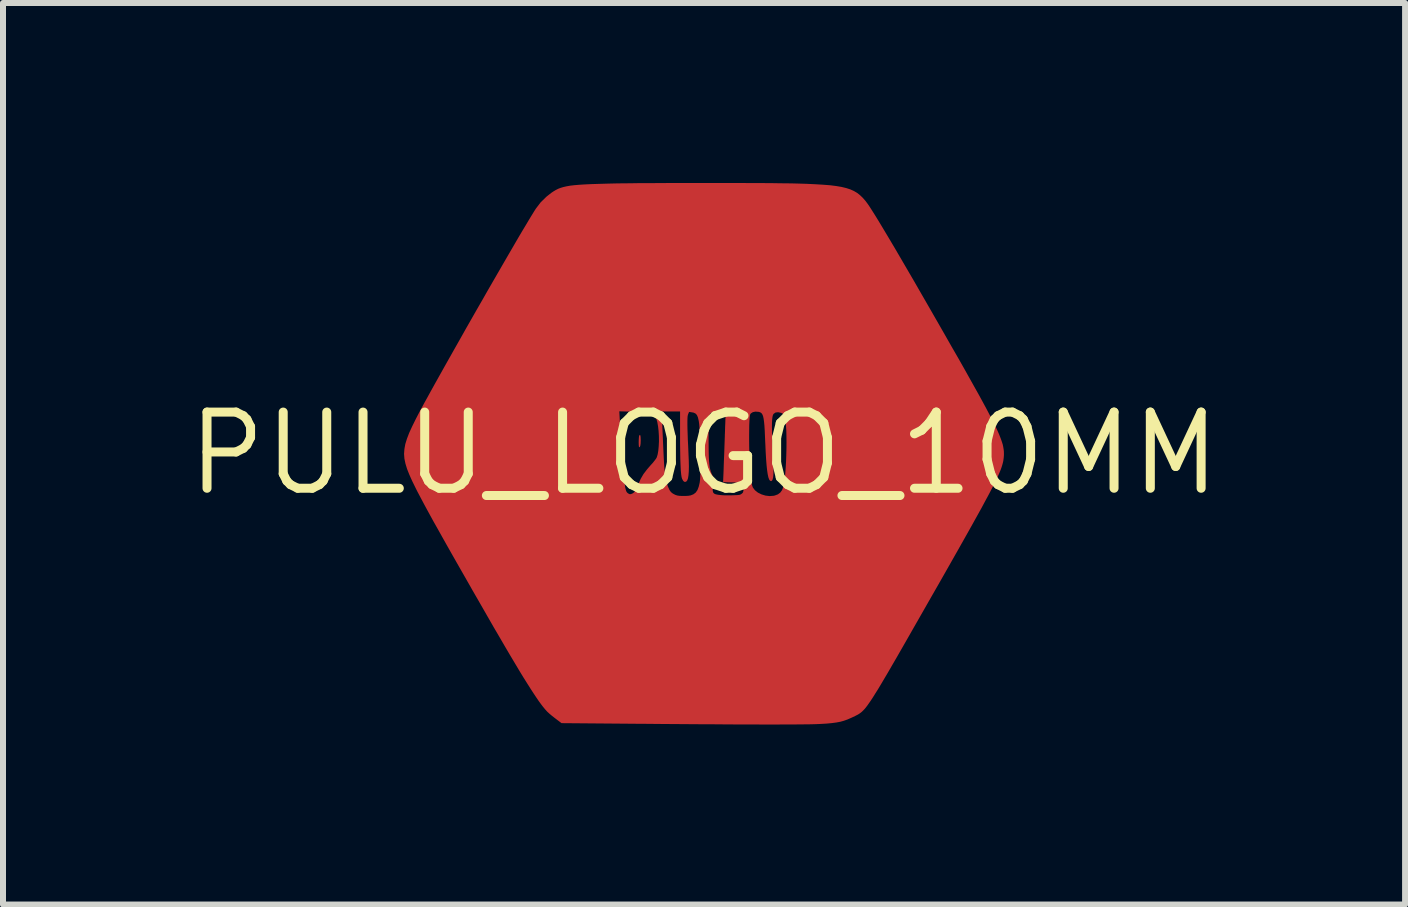
<source format=kicad_pcb>
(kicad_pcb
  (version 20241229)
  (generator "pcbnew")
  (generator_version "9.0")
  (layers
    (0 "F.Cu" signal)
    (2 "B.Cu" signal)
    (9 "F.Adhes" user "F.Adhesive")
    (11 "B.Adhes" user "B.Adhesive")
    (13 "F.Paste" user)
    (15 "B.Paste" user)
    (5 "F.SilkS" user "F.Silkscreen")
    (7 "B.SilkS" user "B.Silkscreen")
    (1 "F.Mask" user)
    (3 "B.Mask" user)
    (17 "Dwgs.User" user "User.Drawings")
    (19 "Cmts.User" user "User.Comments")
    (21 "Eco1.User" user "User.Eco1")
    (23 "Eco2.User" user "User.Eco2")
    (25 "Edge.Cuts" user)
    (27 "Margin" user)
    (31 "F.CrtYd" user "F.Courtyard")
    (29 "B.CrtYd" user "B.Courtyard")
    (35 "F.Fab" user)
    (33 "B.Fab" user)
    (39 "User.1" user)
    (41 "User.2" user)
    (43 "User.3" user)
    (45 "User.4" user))
  (footprint "PULU_LOGO_10MM"
    (layer "F.Cu")
    (at 8.686 4.509)
    (property "Reference" "PULU_LOGO_10MM" (at 0 0 0) (layer "F.SilkS") (effects (font (size 1.27 1.27) (thickness 0.15))))
    (attr board_only exclude_from_pos_files exclude_from_bom)
    (fp_poly (pts (xy -1.062 -0.301) (xy -1.058 -0.274) (xy -1.056 -0.227) (xy -1.056 -0.216) (xy -1.058 -0.167) (xy -1.063 -0.13) (xy -1.071 -0.109) (xy -1.08 -0.104) (xy -1.083 -0.106) (xy -1.087 -0.12) (xy -1.089 -0.148) (xy -1.09 -0.184) (xy -1.089 -0.223) (xy -1.087 -0.26) (xy -1.084 -0.287) (xy -1.08 -0.3) (xy -1.07 -0.31)) (stroke (width 0) (type solid)) (fill yes) (layer "F.Cu"))
    (fp_poly (pts (xy 0.209 -4.509) (xy 0.38 -4.509) (xy 0.548 -4.509) (xy 0.71 -4.508) (xy 0.864 -4.507) (xy 1.009 -4.507) (xy 1.143 -4.506) (xy 1.264 -4.504) (xy 1.37 -4.503) (xy 1.46 -4.502) (xy 1.533 -4.5) (xy 1.539 -4.5) (xy 1.706 -4.495) (xy 1.854 -4.488) (xy 1.985 -4.48) (xy 2.101 -4.471) (xy 2.203 -4.458) (xy 2.292 -4.443) (xy 2.37 -4.424) (xy 2.438 -4.402) (xy 2.498 -4.375) (xy 2.552 -4.343) (xy 2.6 -4.305) (xy 2.645 -4.262) (xy 2.688 -4.213) (xy 2.73 -4.157) (xy 2.765 -4.105) (xy 2.809 -4.036) (xy 2.863 -3.95) (xy 2.926 -3.847) (xy 2.998 -3.727) (xy 3.08 -3.59) (xy 3.172 -3.435) (xy 3.272 -3.264) (xy 3.381 -3.077) (xy 3.5 -2.873) (xy 3.627 -2.652) (xy 3.763 -2.416) (xy 3.887 -2.2) (xy 4.013 -1.98) (xy 4.129 -1.776) (xy 4.237 -1.589) (xy 4.335 -1.416) (xy 4.424 -1.257) (xy 4.505 -1.112) (xy 4.579 -0.98) (xy 4.645 -0.859) (xy 4.704 -0.75) (xy 4.756 -0.651) (xy 4.802 -0.562) (xy 4.842 -0.482) (xy 4.877 -0.41) (xy 4.906 -0.346) (xy 4.93 -0.288) (xy 4.95 -0.236) (xy 4.966 -0.189) (xy 4.979 -0.147) (xy 4.987 -0.108) (xy 4.993 -0.072) (xy 4.997 -0.038) (xy 4.998 -0.005) (xy 4.998 0.026) (xy 4.997 0.041) (xy 4.995 0.069) (xy 4.991 0.098) (xy 4.987 0.127) (xy 4.98 0.157) (xy 4.971 0.19) (xy 4.96 0.226) (xy 4.946 0.266) (xy 4.928 0.31) (xy 4.907 0.359) (xy 4.882 0.414) (xy 4.852 0.475) (xy 4.818 0.544) (xy 4.779 0.62) (xy 4.734 0.705) (xy 4.683 0.799) (xy 4.627 0.904) (xy 4.563 1.019) (xy 4.493 1.145) (xy 4.416 1.283) (xy 4.331 1.434) (xy 4.238 1.599) (xy 4.137 1.777) (xy 4.027 1.971) (xy 3.908 2.18) (xy 3.779 2.405) (xy 3.702 2.54) (xy 3.585 2.745) (xy 3.478 2.932) (xy 3.38 3.104) (xy 3.29 3.261) (xy 3.208 3.404) (xy 3.133 3.533) (xy 3.066 3.649) (xy 3.005 3.752) (xy 2.95 3.845) (xy 2.901 3.927) (xy 2.856 3.998) (xy 2.817 4.061) (xy 2.781 4.116) (xy 2.749 4.162) (xy 2.721 4.202) (xy 2.695 4.236) (xy 2.671 4.264) (xy 2.649 4.287) (xy 2.628 4.307) (xy 2.608 4.323) (xy 2.588 4.337) (xy 2.568 4.35) (xy 2.547 4.361) (xy 2.525 4.372) (xy 2.52 4.375) (xy 2.452 4.407) (xy 2.39 4.434) (xy 2.331 4.455) (xy 2.27 4.472) (xy 2.205 4.484) (xy 2.131 4.494) (xy 2.046 4.502) (xy 1.946 4.508) (xy 1.905 4.51) (xy 1.851 4.512) (xy 1.78 4.514) (xy 1.694 4.515) (xy 1.592 4.516) (xy 1.473 4.517) (xy 1.337 4.517) (xy 1.185 4.518) (xy 1.014 4.518) (xy 0.826 4.517) (xy 0.621 4.517) (xy 0.396 4.516) (xy 0.154 4.514) (xy -0.108 4.513) (xy -0.388 4.511) (xy -0.688 4.509) (xy -1.008 4.506) (xy -1.055 4.506) (xy -2.376 4.495) (xy -2.475 4.42) (xy -2.533 4.375) (xy -2.578 4.337) (xy -2.616 4.302) (xy -2.651 4.263) (xy -2.688 4.218) (xy -2.719 4.177) (xy -2.757 4.125) (xy -2.798 4.065) (xy -2.843 3.997) (xy -2.893 3.92) (xy -2.948 3.833) (xy -3.009 3.736) (xy -3.075 3.628) (xy -3.147 3.507) (xy -3.226 3.375) (xy -3.312 3.229) (xy -3.405 3.069) (xy -3.507 2.895) (xy -3.616 2.705) (xy -3.734 2.499) (xy -3.862 2.277) (xy -3.897 2.215) (xy -4.01 2.017) (xy -4.114 1.835) (xy -4.209 1.668) (xy -4.295 1.516) (xy -4.373 1.377) (xy -4.444 1.25) (xy -4.509 1.135) (xy -4.566 1.031) (xy -4.618 0.936) (xy -4.665 0.849) (xy -4.707 0.77) (xy -4.745 0.698) (xy -4.78 0.632) (xy -4.806 0.58) (xy -4.865 0.46) (xy -4.913 0.353) (xy -4.951 0.257) (xy -4.978 0.168) (xy -4.995 0.086) (xy -5.001 0.006) (xy -4.995 -0.074) (xy -4.98 -0.157) (xy -4.953 -0.245) (xy -4.916 -0.342) (xy -4.867 -0.449) (xy -4.808 -0.569) (xy -4.793 -0.598) (xy -4.761 -0.66) (xy -4.738 -0.703) (xy -1.413 -0.703) (xy -1.406 -0.569) (xy -1.398 -0.423) (xy -1.387 -0.262) (xy -1.375 -0.09) (xy -1.361 0.088) (xy -1.346 0.268) (xy -1.344 0.29) (xy -1.336 0.383) (xy -1.328 0.458) (xy -1.322 0.518) (xy -1.315 0.564) (xy -1.307 0.598) (xy -1.299 0.624) (xy -1.29 0.642) (xy -1.278 0.656) (xy -1.266 0.665) (xy -1.243 0.678) (xy -1.219 0.677) (xy -1.19 0.665) (xy -1.167 0.648) (xy -1.145 0.621) (xy -1.123 0.581) (xy -1.1 0.525) (xy -1.092 0.503) (xy -1.056 0.422) (xy -1.01 0.343) (xy -0.949 0.263) (xy -0.891 0.196) (xy -0.856 0.158) (xy -0.825 0.119) (xy -0.801 0.087) (xy -0.789 0.066) (xy -0.774 0.017) (xy -0.763 -0.047) (xy -0.756 -0.122) (xy -0.752 -0.204) (xy -0.753 -0.289) (xy -0.758 -0.373) (xy -0.767 -0.452) (xy -0.779 -0.521) (xy -0.795 -0.577) (xy -0.805 -0.6) (xy -0.823 -0.625) (xy -0.851 -0.646) (xy -0.89 -0.662) (xy -0.942 -0.675) (xy -1.009 -0.685) (xy -1.091 -0.692) (xy -1.192 -0.697) (xy -1.209 -0.697) (xy -1.312 -0.7) (xy -0.7 -0.7) (xy -0.7 -0.627) (xy -0.699 -0.587) (xy -0.698 -0.531) (xy -0.696 -0.462) (xy -0.693 -0.383) (xy -0.689 -0.298) (xy -0.685 -0.208) (xy -0.681 -0.117) (xy -0.677 -0.029) (xy -0.673 0.054) (xy -0.669 0.129) (xy -0.665 0.192) (xy -0.662 0.241) (xy -0.659 0.27) (xy -0.646 0.378) (xy -0.627 0.471) (xy -0.604 0.548) (xy -0.577 0.608) (xy -0.552 0.643) (xy -0.521 0.668) (xy -0.479 0.69) (xy -0.445 0.701) (xy -0.409 0.706) (xy -0.361 0.708) (xy -0.31 0.708) (xy -0.262 0.705) (xy -0.227 0.699) (xy -0.225 0.699) (xy -0.177 0.68) (xy -0.139 0.651) (xy -0.11 0.609) (xy -0.089 0.553) (xy -0.073 0.486) (xy -0.068 0.444) (xy -0.064 0.385) (xy -0.061 0.312) (xy -0.059 0.228) (xy -0.059 0.136) (xy -0.059 0.038) (xy -0.061 -0.061) (xy -0.063 -0.16) (xy -0.067 -0.255) (xy -0.069 -0.306) (xy 0.075 -0.306) (xy 0.075 -0.245) (xy 0.076 -0.128) (xy 0.077 -0.029) (xy 0.079 0.055) (xy 0.083 0.124) (xy 0.088 0.182) (xy 0.094 0.229) (xy 0.103 0.269) (xy 0.113 0.303) (xy 0.125 0.334) (xy 0.127 0.338) (xy 0.138 0.362) (xy 0.145 0.382) (xy 0.148 0.404) (xy 0.149 0.432) (xy 0.148 0.472) (xy 0.146 0.515) (xy 0.143 0.576) (xy 0.144 0.619) (xy 0.151 0.649) (xy 0.167 0.668) (xy 0.193 0.68) (xy 0.233 0.688) (xy 0.275 0.693) (xy 0.312 0.696) (xy 0.359 0.698) (xy 0.412 0.698) (xy 0.467 0.697) (xy 0.518 0.695) (xy 0.561 0.693) (xy 0.591 0.689) (xy 0.6 0.687) (xy 0.627 0.672) (xy 0.647 0.652) (xy 0.648 0.65) (xy 0.658 0.612) (xy 0.655 0.57) (xy 0.64 0.53) (xy 0.626 0.511) (xy 0.615 0.501) (xy 0.603 0.494) (xy 0.587 0.489) (xy 0.563 0.486) (xy 0.528 0.484) (xy 0.477 0.482) (xy 0.458 0.482) (xy 0.317 0.478) (xy 0.324 0.317) (xy 0.326 0.261) (xy 0.328 0.19) (xy 0.331 0.109) (xy 0.335 0.023) (xy 0.338 -0.063) (xy 0.34 -0.125) (xy 0.343 -0.208) (xy 0.346 -0.292) (xy 0.346 -0.307) (xy 0.751 -0.307) (xy 0.751 -0.216) (xy 0.752 -0.121) (xy 0.754 -0.025) (xy 0.757 0.07) (xy 0.76 0.161) (xy 0.764 0.246) (xy 0.769 0.322) (xy 0.775 0.388) (xy 0.781 0.44) (xy 0.785 0.465) (xy 0.794 0.505) (xy 0.804 0.542) (xy 0.813 0.566) (xy 0.813 0.567) (xy 0.848 0.613) (xy 0.897 0.652) (xy 0.958 0.682) (xy 1.024 0.702) (xy 1.093 0.71) (xy 1.16 0.705) (xy 1.181 0.7) (xy 1.231 0.681) (xy 1.27 0.652) (xy 1.299 0.613) (xy 1.32 0.558) (xy 1.334 0.493) (xy 1.344 0.425) (xy 1.353 0.342) (xy 1.36 0.247) (xy 1.366 0.143) (xy 1.37 0.035) (xy 1.373 -0.075) (xy 1.374 -0.182) (xy 1.373 -0.283) (xy 1.371 -0.374) (xy 1.366 -0.452) (xy 1.361 -0.503) (xy 1.352 -0.563) (xy 1.343 -0.607) (xy 1.333 -0.637) (xy 1.319 -0.657) (xy 1.301 -0.67) (xy 1.285 -0.677) (xy 1.234 -0.688) (xy 1.192 -0.683) (xy 1.161 -0.662) (xy 1.157 -0.658) (xy 1.147 -0.638) (xy 1.14 -0.608) (xy 1.135 -0.565) (xy 1.132 -0.509) (xy 1.131 -0.439) (xy 1.133 -0.353) (xy 1.137 -0.249) (xy 1.143 -0.128) (xy 1.145 -0.089) (xy 1.152 0.036) (xy 1.156 0.142) (xy 1.158 0.231) (xy 1.157 0.304) (xy 1.155 0.361) (xy 1.15 0.404) (xy 1.142 0.434) (xy 1.132 0.452) (xy 1.119 0.46) (xy 1.115 0.46) (xy 1.099 0.453) (xy 1.085 0.433) (xy 1.072 0.398) (xy 1.061 0.347) (xy 1.051 0.281) (xy 1.042 0.198) (xy 1.034 0.096) (xy 1.027 -0.023) (xy 1.021 -0.161) (xy 1.02 -0.175) (xy 1.015 -0.289) (xy 1.011 -0.384) (xy 1.006 -0.463) (xy 1 -0.526) (xy 0.993 -0.577) (xy 0.985 -0.616) (xy 0.975 -0.644) (xy 0.963 -0.665) (xy 0.948 -0.679) (xy 0.931 -0.688) (xy 0.91 -0.694) (xy 0.907 -0.694) (xy 0.856 -0.698) (xy 0.813 -0.689) (xy 0.781 -0.669) (xy 0.769 -0.653) (xy 0.764 -0.631) (xy 0.759 -0.592) (xy 0.756 -0.538) (xy 0.753 -0.471) (xy 0.752 -0.393) (xy 0.751 -0.307) (xy 0.346 -0.307) (xy 0.349 -0.375) (xy 0.351 -0.45) (xy 0.354 -0.514) (xy 0.355 -0.552) (xy 0.36 -0.7) (xy 0.265 -0.7) (xy 0.208 -0.698) (xy 0.163 -0.693) (xy 0.136 -0.686) (xy 0.121 -0.679) (xy 0.109 -0.67) (xy 0.099 -0.657) (xy 0.091 -0.639) (xy 0.085 -0.614) (xy 0.081 -0.579) (xy 0.078 -0.532) (xy 0.076 -0.473) (xy 0.076 -0.398) (xy 0.075 -0.306) (xy -0.069 -0.306) (xy -0.071 -0.343) (xy -0.076 -0.422) (xy -0.081 -0.487) (xy -0.088 -0.538) (xy -0.09 -0.548) (xy -0.103 -0.603) (xy -0.12 -0.642) (xy -0.143 -0.666) (xy -0.175 -0.681) (xy -0.203 -0.686) (xy -0.25 -0.693) (xy -0.266 -0.654) (xy -0.271 -0.638) (xy -0.275 -0.614) (xy -0.277 -0.581) (xy -0.278 -0.538) (xy -0.278 -0.483) (xy -0.277 -0.415) (xy -0.274 -0.333) (xy -0.271 -0.234) (xy -0.265 -0.119) (xy -0.26 0.005) (xy -0.255 0.122) (xy -0.253 0.22) (xy -0.255 0.301) (xy -0.26 0.365) (xy -0.268 0.413) (xy -0.28 0.447) (xy -0.296 0.467) (xy -0.301 0.471) (xy -0.325 0.474) (xy -0.347 0.458) (xy -0.366 0.423) (xy -0.375 0.393) (xy -0.382 0.346) (xy -0.388 0.28) (xy -0.392 0.196) (xy -0.396 0.093) (xy -0.398 -0.029) (xy -0.4 -0.171) (xy -0.4 -0.287) (xy -0.4 -0.7) (xy -0.7 -0.7) (xy -1.312 -0.7) (xy -1.413 -0.703) (xy -4.738 -0.703) (xy -4.72 -0.737) (xy -4.671 -0.828) (xy -4.614 -0.931) (xy -4.551 -1.046) (xy -4.481 -1.172) (xy -4.406 -1.306) (xy -4.326 -1.449) (xy -4.242 -1.598) (xy -4.155 -1.752) (xy -4.065 -1.911) (xy -3.974 -2.073) (xy -3.881 -2.236) (xy -3.787 -2.401) (xy -3.693 -2.564) (xy -3.601 -2.726) (xy -3.509 -2.885) (xy -3.42 -3.039) (xy -3.334 -3.188) (xy -3.251 -3.331) (xy -3.173 -3.465) (xy -3.1 -3.591) (xy -3.032 -3.706) (xy -2.97 -3.809) (xy -2.916 -3.9) (xy -2.869 -3.977) (xy -2.831 -4.039) (xy -2.804 -4.081) (xy -2.724 -4.186) (xy -2.627 -4.281) (xy -2.547 -4.344) (xy -2.51 -4.369) (xy -2.473 -4.391) (xy -2.434 -4.411) (xy -2.393 -4.427) (xy -2.346 -4.441) (xy -2.294 -4.453) (xy -2.233 -4.464) (xy -2.163 -4.472) (xy -2.082 -4.479) (xy -1.988 -4.485) (xy -1.88 -4.49) (xy -1.755 -4.494) (xy -1.614 -4.498) (xy -1.529 -4.5) (xy -1.446 -4.502) (xy -1.345 -4.503) (xy -1.229 -4.504) (xy -1.1 -4.506) (xy -0.959 -4.506) (xy -0.808 -4.507) (xy -0.649 -4.508) (xy -0.483 -4.509) (xy -0.313 -4.509) (xy -0.14 -4.509) (xy 0.035 -4.509)) (stroke (width 0) (type solid)) (fill yes) (layer "F.Cu"))
    (fp_poly (pts (xy -1.062 -0.301) (xy -1.058 -0.274) (xy -1.056 -0.227) (xy -1.056 -0.216) (xy -1.058 -0.167) (xy -1.063 -0.13) (xy -1.071 -0.109) (xy -1.08 -0.104) (xy -1.083 -0.106) (xy -1.087 -0.12) (xy -1.089 -0.148) (xy -1.09 -0.184) (xy -1.089 -0.223) (xy -1.087 -0.26) (xy -1.084 -0.287) (xy -1.08 -0.3) (xy -1.07 -0.31)) (stroke (width 0) (type solid)) (fill yes) (layer "F.Mask"))
    (fp_poly (pts (xy 0.209 -4.509) (xy 0.38 -4.509) (xy 0.548 -4.509) (xy 0.71 -4.508) (xy 0.864 -4.507) (xy 1.009 -4.507) (xy 1.143 -4.506) (xy 1.264 -4.504) (xy 1.37 -4.503) (xy 1.46 -4.502) (xy 1.533 -4.5) (xy 1.539 -4.5) (xy 1.706 -4.495) (xy 1.854 -4.488) (xy 1.985 -4.48) (xy 2.101 -4.471) (xy 2.203 -4.458) (xy 2.292 -4.443) (xy 2.37 -4.424) (xy 2.438 -4.402) (xy 2.498 -4.375) (xy 2.552 -4.343) (xy 2.6 -4.305) (xy 2.645 -4.262) (xy 2.688 -4.213) (xy 2.73 -4.157) (xy 2.765 -4.105) (xy 2.809 -4.036) (xy 2.863 -3.95) (xy 2.926 -3.847) (xy 2.998 -3.727) (xy 3.08 -3.59) (xy 3.172 -3.435) (xy 3.272 -3.264) (xy 3.381 -3.077) (xy 3.5 -2.873) (xy 3.627 -2.652) (xy 3.763 -2.416) (xy 3.887 -2.2) (xy 4.013 -1.98) (xy 4.129 -1.776) (xy 4.237 -1.589) (xy 4.335 -1.416) (xy 4.424 -1.257) (xy 4.505 -1.112) (xy 4.579 -0.98) (xy 4.645 -0.859) (xy 4.704 -0.75) (xy 4.756 -0.651) (xy 4.802 -0.562) (xy 4.842 -0.482) (xy 4.877 -0.41) (xy 4.906 -0.346) (xy 4.93 -0.288) (xy 4.95 -0.236) (xy 4.966 -0.189) (xy 4.979 -0.147) (xy 4.987 -0.108) (xy 4.993 -0.072) (xy 4.997 -0.038) (xy 4.998 -0.005) (xy 4.998 0.026) (xy 4.997 0.041) (xy 4.995 0.069) (xy 4.991 0.098) (xy 4.987 0.127) (xy 4.98 0.157) (xy 4.971 0.19) (xy 4.96 0.226) (xy 4.946 0.266) (xy 4.928 0.31) (xy 4.907 0.359) (xy 4.882 0.414) (xy 4.852 0.475) (xy 4.818 0.544) (xy 4.779 0.62) (xy 4.734 0.705) (xy 4.683 0.799) (xy 4.627 0.904) (xy 4.563 1.019) (xy 4.493 1.145) (xy 4.416 1.283) (xy 4.331 1.434) (xy 4.238 1.599) (xy 4.137 1.777) (xy 4.027 1.971) (xy 3.908 2.18) (xy 3.779 2.405) (xy 3.702 2.54) (xy 3.585 2.745) (xy 3.478 2.932) (xy 3.38 3.104) (xy 3.29 3.261) (xy 3.208 3.404) (xy 3.133 3.533) (xy 3.066 3.649) (xy 3.005 3.752) (xy 2.95 3.845) (xy 2.901 3.927) (xy 2.856 3.998) (xy 2.817 4.061) (xy 2.781 4.116) (xy 2.749 4.162) (xy 2.721 4.202) (xy 2.695 4.236) (xy 2.671 4.264) (xy 2.649 4.287) (xy 2.628 4.307) (xy 2.608 4.323) (xy 2.588 4.337) (xy 2.568 4.35) (xy 2.547 4.361) (xy 2.525 4.372) (xy 2.52 4.375) (xy 2.452 4.407) (xy 2.39 4.434) (xy 2.331 4.455) (xy 2.27 4.472) (xy 2.205 4.484) (xy 2.131 4.494) (xy 2.046 4.502) (xy 1.946 4.508) (xy 1.905 4.51) (xy 1.851 4.512) (xy 1.78 4.514) (xy 1.694 4.515) (xy 1.592 4.516) (xy 1.473 4.517) (xy 1.337 4.517) (xy 1.185 4.518) (xy 1.014 4.518) (xy 0.826 4.517) (xy 0.621 4.517) (xy 0.396 4.516) (xy 0.154 4.514) (xy -0.108 4.513) (xy -0.388 4.511) (xy -0.688 4.509) (xy -1.008 4.506) (xy -1.055 4.506) (xy -2.376 4.495) (xy -2.475 4.42) (xy -2.533 4.375) (xy -2.578 4.337) (xy -2.616 4.302) (xy -2.651 4.263) (xy -2.688 4.218) (xy -2.719 4.177) (xy -2.757 4.125) (xy -2.798 4.065) (xy -2.843 3.997) (xy -2.893 3.92) (xy -2.948 3.833) (xy -3.009 3.736) (xy -3.075 3.628) (xy -3.147 3.507) (xy -3.226 3.375) (xy -3.312 3.229) (xy -3.405 3.069) (xy -3.507 2.895) (xy -3.616 2.705) (xy -3.734 2.499) (xy -3.862 2.277) (xy -3.897 2.215) (xy -4.01 2.017) (xy -4.114 1.835) (xy -4.209 1.668) (xy -4.295 1.516) (xy -4.373 1.377) (xy -4.444 1.25) (xy -4.509 1.135) (xy -4.566 1.031) (xy -4.618 0.936) (xy -4.665 0.849) (xy -4.707 0.77) (xy -4.745 0.698) (xy -4.78 0.632) (xy -4.806 0.58) (xy -4.865 0.46) (xy -4.913 0.353) (xy -4.951 0.257) (xy -4.978 0.168) (xy -4.995 0.086) (xy -5.001 0.006) (xy -4.995 -0.074) (xy -4.98 -0.157) (xy -4.953 -0.245) (xy -4.916 -0.342) (xy -4.867 -0.449) (xy -4.808 -0.569) (xy -4.793 -0.598) (xy -4.761 -0.66) (xy -4.738 -0.703) (xy -1.413 -0.703) (xy -1.406 -0.569) (xy -1.398 -0.423) (xy -1.387 -0.262) (xy -1.375 -0.09) (xy -1.361 0.088) (xy -1.346 0.268) (xy -1.344 0.29) (xy -1.336 0.383) (xy -1.328 0.458) (xy -1.322 0.518) (xy -1.315 0.564) (xy -1.307 0.598) (xy -1.299 0.624) (xy -1.29 0.642) (xy -1.278 0.656) (xy -1.266 0.665) (xy -1.243 0.678) (xy -1.219 0.677) (xy -1.19 0.665) (xy -1.167 0.648) (xy -1.145 0.621) (xy -1.123 0.581) (xy -1.1 0.525) (xy -1.092 0.503) (xy -1.056 0.422) (xy -1.01 0.343) (xy -0.949 0.263) (xy -0.891 0.196) (xy -0.856 0.158) (xy -0.825 0.119) (xy -0.801 0.087) (xy -0.789 0.066) (xy -0.774 0.017) (xy -0.763 -0.047) (xy -0.756 -0.122) (xy -0.752 -0.204) (xy -0.753 -0.289) (xy -0.758 -0.373) (xy -0.767 -0.452) (xy -0.779 -0.521) (xy -0.795 -0.577) (xy -0.805 -0.6) (xy -0.823 -0.625) (xy -0.851 -0.646) (xy -0.89 -0.662) (xy -0.942 -0.675) (xy -1.009 -0.685) (xy -1.091 -0.692) (xy -1.192 -0.697) (xy -1.209 -0.697) (xy -1.312 -0.7) (xy -0.7 -0.7) (xy -0.7 -0.627) (xy -0.699 -0.587) (xy -0.698 -0.531) (xy -0.696 -0.462) (xy -0.693 -0.383) (xy -0.689 -0.298) (xy -0.685 -0.208) (xy -0.681 -0.117) (xy -0.677 -0.029) (xy -0.673 0.054) (xy -0.669 0.129) (xy -0.665 0.192) (xy -0.662 0.241) (xy -0.659 0.27) (xy -0.646 0.378) (xy -0.627 0.471) (xy -0.604 0.548) (xy -0.577 0.608) (xy -0.552 0.643) (xy -0.521 0.668) (xy -0.479 0.69) (xy -0.445 0.701) (xy -0.409 0.706) (xy -0.361 0.708) (xy -0.31 0.708) (xy -0.262 0.705) (xy -0.227 0.699) (xy -0.225 0.699) (xy -0.177 0.68) (xy -0.139 0.651) (xy -0.11 0.609) (xy -0.089 0.553) (xy -0.073 0.486) (xy -0.068 0.444) (xy -0.064 0.385) (xy -0.061 0.312) (xy -0.059 0.228) (xy -0.059 0.136) (xy -0.059 0.038) (xy -0.061 -0.061) (xy -0.063 -0.16) (xy -0.067 -0.255) (xy -0.069 -0.306) (xy 0.075 -0.306) (xy 0.075 -0.245) (xy 0.076 -0.128) (xy 0.077 -0.029) (xy 0.079 0.055) (xy 0.083 0.124) (xy 0.088 0.182) (xy 0.094 0.229) (xy 0.103 0.269) (xy 0.113 0.303) (xy 0.125 0.334) (xy 0.127 0.338) (xy 0.138 0.362) (xy 0.145 0.382) (xy 0.148 0.404) (xy 0.149 0.432) (xy 0.148 0.472) (xy 0.146 0.515) (xy 0.143 0.576) (xy 0.144 0.619) (xy 0.151 0.649) (xy 0.167 0.668) (xy 0.193 0.68) (xy 0.233 0.688) (xy 0.275 0.693) (xy 0.312 0.696) (xy 0.359 0.698) (xy 0.412 0.698) (xy 0.467 0.697) (xy 0.518 0.695) (xy 0.561 0.693) (xy 0.591 0.689) (xy 0.6 0.687) (xy 0.627 0.672) (xy 0.647 0.652) (xy 0.648 0.65) (xy 0.658 0.612) (xy 0.655 0.57) (xy 0.64 0.53) (xy 0.626 0.511) (xy 0.615 0.501) (xy 0.603 0.494) (xy 0.587 0.489) (xy 0.563 0.486) (xy 0.528 0.484) (xy 0.477 0.482) (xy 0.458 0.482) (xy 0.317 0.478) (xy 0.324 0.317) (xy 0.326 0.261) (xy 0.328 0.19) (xy 0.331 0.109) (xy 0.335 0.023) (xy 0.338 -0.063) (xy 0.34 -0.125) (xy 0.343 -0.208) (xy 0.346 -0.292) (xy 0.346 -0.307) (xy 0.751 -0.307) (xy 0.751 -0.216) (xy 0.752 -0.121) (xy 0.754 -0.025) (xy 0.757 0.07) (xy 0.76 0.161) (xy 0.764 0.246) (xy 0.769 0.322) (xy 0.775 0.388) (xy 0.781 0.44) (xy 0.785 0.465) (xy 0.794 0.505) (xy 0.804 0.542) (xy 0.813 0.566) (xy 0.813 0.567) (xy 0.848 0.613) (xy 0.897 0.652) (xy 0.958 0.682) (xy 1.024 0.702) (xy 1.093 0.71) (xy 1.16 0.705) (xy 1.181 0.7) (xy 1.231 0.681) (xy 1.27 0.652) (xy 1.299 0.613) (xy 1.32 0.558) (xy 1.334 0.493) (xy 1.344 0.425) (xy 1.353 0.342) (xy 1.36 0.247) (xy 1.366 0.143) (xy 1.37 0.035) (xy 1.373 -0.075) (xy 1.374 -0.182) (xy 1.373 -0.283) (xy 1.371 -0.374) (xy 1.366 -0.452) (xy 1.361 -0.503) (xy 1.352 -0.563) (xy 1.343 -0.607) (xy 1.333 -0.637) (xy 1.319 -0.657) (xy 1.301 -0.67) (xy 1.285 -0.677) (xy 1.234 -0.688) (xy 1.192 -0.683) (xy 1.161 -0.662) (xy 1.157 -0.658) (xy 1.147 -0.638) (xy 1.14 -0.608) (xy 1.135 -0.565) (xy 1.132 -0.509) (xy 1.131 -0.439) (xy 1.133 -0.353) (xy 1.137 -0.249) (xy 1.143 -0.128) (xy 1.145 -0.089) (xy 1.152 0.036) (xy 1.156 0.142) (xy 1.158 0.231) (xy 1.157 0.304) (xy 1.155 0.361) (xy 1.15 0.404) (xy 1.142 0.434) (xy 1.132 0.452) (xy 1.119 0.46) (xy 1.115 0.46) (xy 1.099 0.453) (xy 1.085 0.433) (xy 1.072 0.398) (xy 1.061 0.347) (xy 1.051 0.281) (xy 1.042 0.198) (xy 1.034 0.096) (xy 1.027 -0.023) (xy 1.021 -0.161) (xy 1.02 -0.175) (xy 1.015 -0.289) (xy 1.011 -0.384) (xy 1.006 -0.463) (xy 1 -0.526) (xy 0.993 -0.577) (xy 0.985 -0.616) (xy 0.975 -0.644) (xy 0.963 -0.665) (xy 0.948 -0.679) (xy 0.931 -0.688) (xy 0.91 -0.694) (xy 0.907 -0.694) (xy 0.856 -0.698) (xy 0.813 -0.689) (xy 0.781 -0.669) (xy 0.769 -0.653) (xy 0.764 -0.631) (xy 0.759 -0.592) (xy 0.756 -0.538) (xy 0.753 -0.471) (xy 0.752 -0.393) (xy 0.751 -0.307) (xy 0.346 -0.307) (xy 0.349 -0.375) (xy 0.351 -0.45) (xy 0.354 -0.514) (xy 0.355 -0.552) (xy 0.36 -0.7) (xy 0.265 -0.7) (xy 0.208 -0.698) (xy 0.163 -0.693) (xy 0.136 -0.686) (xy 0.121 -0.679) (xy 0.109 -0.67) (xy 0.099 -0.657) (xy 0.091 -0.639) (xy 0.085 -0.614) (xy 0.081 -0.579) (xy 0.078 -0.532) (xy 0.076 -0.473) (xy 0.076 -0.398) (xy 0.075 -0.306) (xy -0.069 -0.306) (xy -0.071 -0.343) (xy -0.076 -0.422) (xy -0.081 -0.487) (xy -0.088 -0.538) (xy -0.09 -0.548) (xy -0.103 -0.603) (xy -0.12 -0.642) (xy -0.143 -0.666) (xy -0.175 -0.681) (xy -0.203 -0.686) (xy -0.25 -0.693) (xy -0.266 -0.654) (xy -0.271 -0.638) (xy -0.275 -0.614) (xy -0.277 -0.581) (xy -0.278 -0.538) (xy -0.278 -0.483) (xy -0.277 -0.415) (xy -0.274 -0.333) (xy -0.271 -0.234) (xy -0.265 -0.119) (xy -0.26 0.005) (xy -0.255 0.122) (xy -0.253 0.22) (xy -0.255 0.301) (xy -0.26 0.365) (xy -0.268 0.413) (xy -0.28 0.447) (xy -0.296 0.467) (xy -0.301 0.471) (xy -0.325 0.474) (xy -0.347 0.458) (xy -0.366 0.423) (xy -0.375 0.393) (xy -0.382 0.346) (xy -0.388 0.28) (xy -0.392 0.196) (xy -0.396 0.093) (xy -0.398 -0.029) (xy -0.4 -0.171) (xy -0.4 -0.287) (xy -0.4 -0.7) (xy -0.7 -0.7) (xy -1.312 -0.7) (xy -1.413 -0.703) (xy -4.738 -0.703) (xy -4.72 -0.737) (xy -4.671 -0.828) (xy -4.614 -0.931) (xy -4.551 -1.046) (xy -4.481 -1.172) (xy -4.406 -1.306) (xy -4.326 -1.449) (xy -4.242 -1.598) (xy -4.155 -1.752) (xy -4.065 -1.911) (xy -3.974 -2.073) (xy -3.881 -2.236) (xy -3.787 -2.401) (xy -3.693 -2.564) (xy -3.601 -2.726) (xy -3.509 -2.885) (xy -3.42 -3.039) (xy -3.334 -3.188) (xy -3.251 -3.331) (xy -3.173 -3.465) (xy -3.1 -3.591) (xy -3.032 -3.706) (xy -2.97 -3.809) (xy -2.916 -3.9) (xy -2.869 -3.977) (xy -2.831 -4.039) (xy -2.804 -4.081) (xy -2.724 -4.186) (xy -2.627 -4.281) (xy -2.547 -4.344) (xy -2.51 -4.369) (xy -2.473 -4.391) (xy -2.434 -4.411) (xy -2.393 -4.427) (xy -2.346 -4.441) (xy -2.294 -4.453) (xy -2.233 -4.464) (xy -2.163 -4.472) (xy -2.082 -4.479) (xy -1.988 -4.485) (xy -1.88 -4.49) (xy -1.755 -4.494) (xy -1.614 -4.498) (xy -1.529 -4.5) (xy -1.446 -4.502) (xy -1.345 -4.503) (xy -1.229 -4.504) (xy -1.1 -4.506) (xy -0.959 -4.506) (xy -0.808 -4.507) (xy -0.649 -4.508) (xy -0.483 -4.509) (xy -0.313 -4.509) (xy -0.14 -4.509) (xy 0.035 -4.509)) (stroke (width 0) (type solid)) (fill yes) (layer "F.Mask")))
  (gr_rect
    (start -3 -3)
    (end 20.371 12.027)
    (stroke (width 0.1) (type default))
    (fill no)
    (layer "Edge.Cuts")))
</source>
